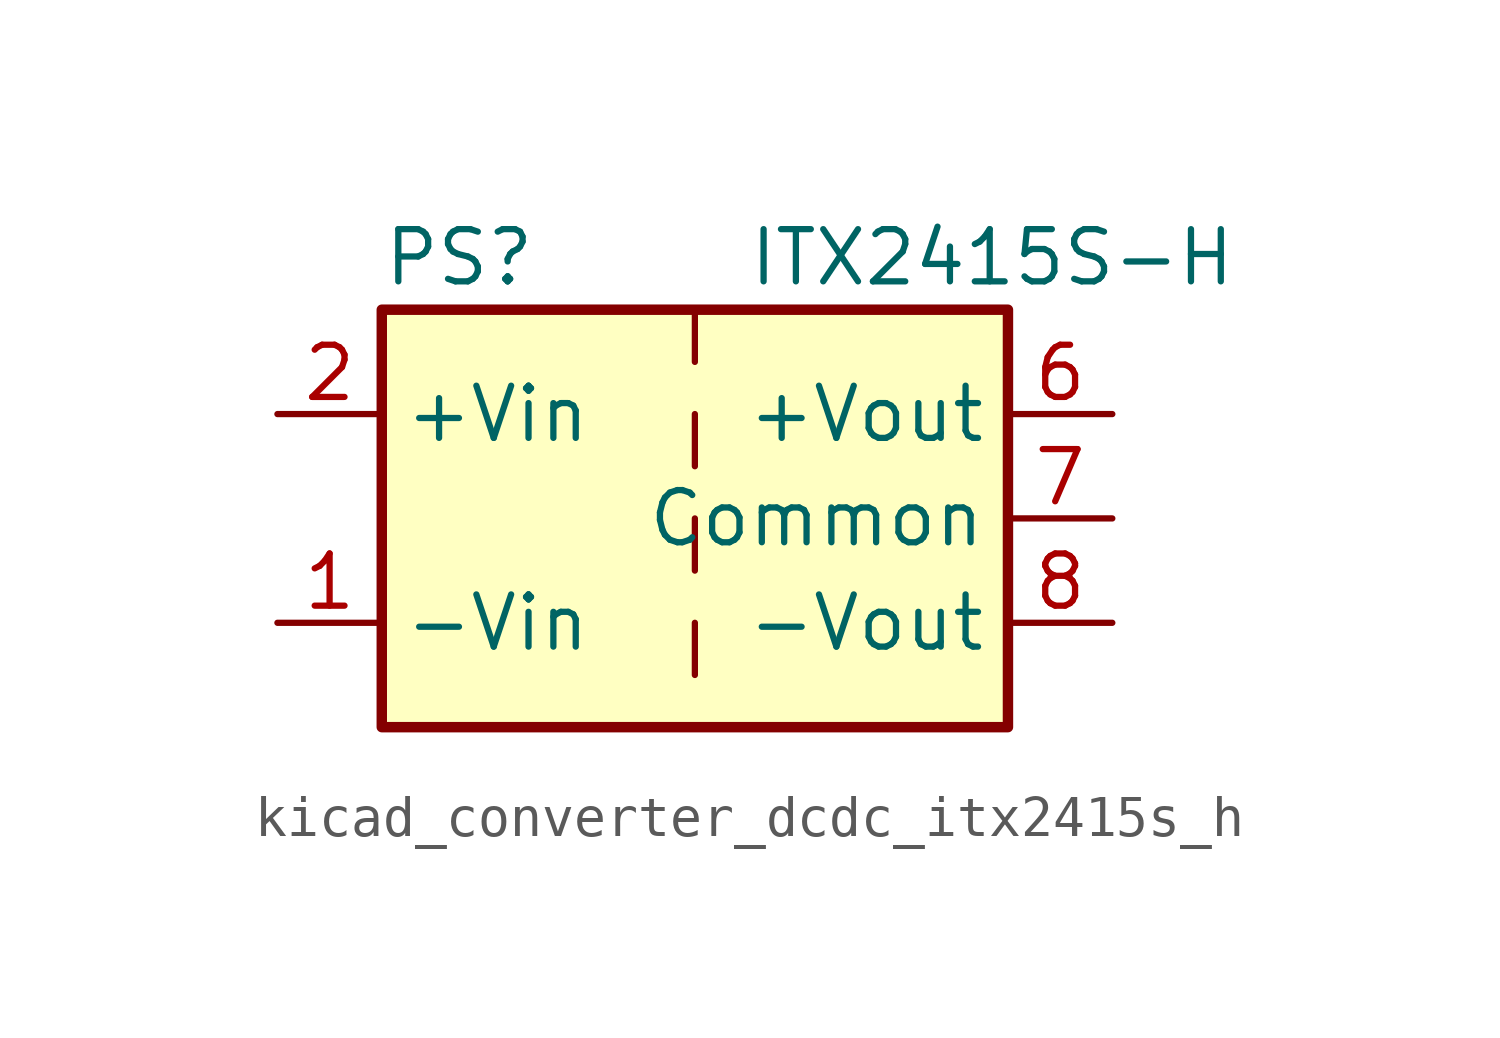
<source format=kicad_sym>
(kicad_symbol_lib
  (version 20220914)
  (generator kicad_symbol_editor)
  (symbol "kicad_converter_dcdc_itx2415s_h"
    (property "Reference" "PS"
      (at -7.62 6.35 0)
      (effects (font (size 1.27 1.27)) (justify left)))
    (property "Value" "ITX2415S-H"
      (at 1.27 6.35 0)
      (effects (font (size 1.27 1.27)) (justify left)))
    (symbol "kicad_converter_dcdc_itx2415s_h_0_0"
      (pin power_in line (at -10.16 -2.54 0) (length 2.54) (name "-Vin" (effects (font (size 1.27 1.27)))) (number "1" (effects (font (size 1.27 1.27)))))
      (pin power_in line (at -10.16 2.54 0) (length 2.54) (name "+Vin" (effects (font (size 1.27 1.27)))) (number "2" (effects (font (size 1.27 1.27)))))
      (pin no_connect line (at 0 -5.08 90) (length 2.54) hide (name "NC" (effects (font (size 1.27 1.27)))) (number "3" (effects (font (size 1.27 1.27)))))
      (pin no_connect line (at 0 5.08 270) (length 2.54) hide (name "NC" (effects (font (size 1.27 1.27)))) (number "5" (effects (font (size 1.27 1.27)))))
      (pin power_out line (at 10.16 2.54 180) (length 2.54) (name "+Vout" (effects (font (size 1.27 1.27)))) (number "6" (effects (font (size 1.27 1.27)))))
      (pin power_out line (at 10.16 0 180) (length 2.54) (name "Common" (effects (font (size 1.27 1.27)))) (number "7" (effects (font (size 1.27 1.27)))))
      (pin power_out line (at 10.16 -2.54 180) (length 2.54) (name "-Vout" (effects (font (size 1.27 1.27)))) (number "8" (effects (font (size 1.27 1.27))))))
    (symbol "kicad_converter_dcdc_itx2415s_h_0_1"
      (rectangle (start -7.62 5.08) (end 7.62 -5.08) (stroke (width 0.254) (type default)) (fill (type background)))
      (polyline (pts (xy 0 -2.54) (xy 0 -3.81)) (stroke (width 0) (type default)) (fill (type none)))
      (polyline (pts (xy 0 0) (xy 0 -1.27)) (stroke (width 0) (type default)) (fill (type none)))
      (polyline (pts (xy 0 2.54) (xy 0 1.27)) (stroke (width 0) (type default)) (fill (type none)))
      (polyline (pts (xy 0 5.08) (xy 0 3.81)) (stroke (width 0) (type default)) (fill (type none))))))
</source>
